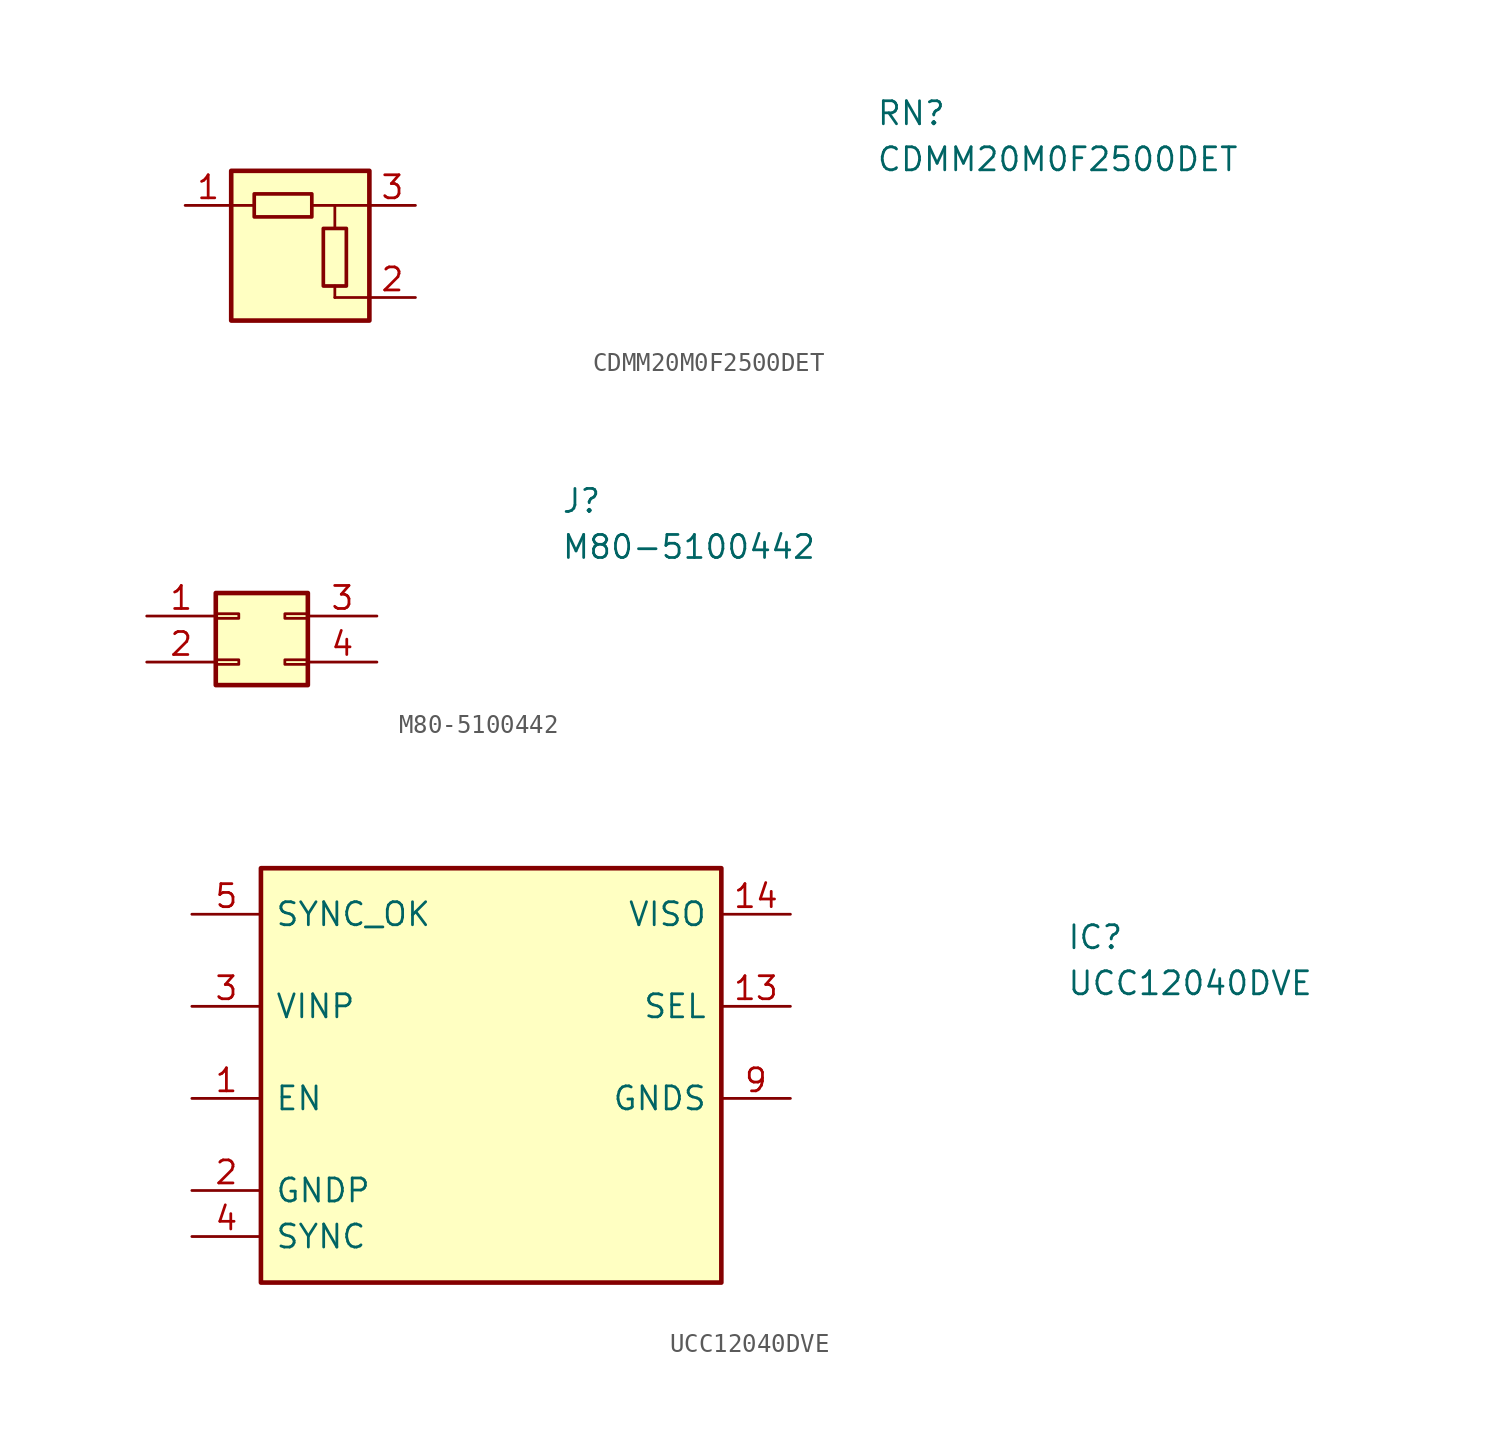
<source format=kicad_sym>
(kicad_symbol_lib
  (version 20220914)
  (generator kicad_symbol_editor)
  (symbol "CDMM20M0F2500DET"
    (pin_names
      (offset 0.762))
    (property "Reference" "RN"
      (at 31.75 7.62 0)
      (effects (font (size 1.27 1.27)) (justify left)))
    (property "Value" "CDMM20M0F2500DET"
      (at 31.75 5.08 0)
      (effects (font (size 1.27 1.27)) (justify left)))
    (symbol "CDMM20M0F2500DET_0_1"
      (rectangle (start -2.54 3.175) (end 0.635 1.905) (stroke (width 0.203) (type default)) (fill (type none)))
      (polyline (pts (xy 1.905 -2.54) (xy 3.81 -2.54)) (stroke (width 0) (type default)) (fill (type none)))
      (polyline (pts (xy 1.905 2.54) (xy 3.81 2.54)) (stroke (width 0) (type default)) (fill (type none)))
      (polyline (pts (xy 0.635 2.54) (xy 1.905 2.54) (xy 1.905 1.27)) (stroke (width 0) (type default)) (fill (type none)))
      (rectangle (start 1.27 1.27) (end 2.54 -1.905) (stroke (width 0.203) (type default)) (fill (type none))))
    (symbol "CDMM20M0F2500DET_1_1"
      (rectangle (start -3.81 4.445) (end 3.81 -3.81) (stroke (width 0.254) (type default)) (fill (type background)))
      (polyline (pts (xy -2.54 2.54) (xy -3.81 2.54)) (stroke (width 0) (type default)) (fill (type none)))
      (polyline (pts (xy 1.905 -1.905) (xy 1.905 -2.54)) (stroke (width 0) (type default)) (fill (type none)))
      (pin power_in line (at -6.35 2.54 0) (length 2.54) (name "~" (effects (font (size 1.27 1.27)))) (number "1" (effects (font (size 1.27 1.27)))))
      (pin power_out line (at 6.35 -2.54 180) (length 2.54) (name "~" (effects (font (size 1.27 1.27)))) (number "2" (effects (font (size 1.27 1.27)))))
      (pin output line (at 6.35 2.54 180) (length 2.54) (name "~" (effects (font (size 1.27 1.27)))) (number "3" (effects (font (size 1.27 1.27)))))))
  (symbol "M80-5100442"
    (pin_names
      (offset 0.762) hide)
    (property "Reference" "J"
      (at 16.51 7.62 0)
      (effects (font (size 1.27 1.27)) (justify left)))
    (property "Value" "M80-5100442"
      (at 16.51 5.08 0)
      (effects (font (size 1.27 1.27)) (justify left)))
    (symbol "M80-5100442_1_1"
      (rectangle (start -2.54 -1.143) (end -1.27 -1.397) (stroke (width 0.152) (type default)) (fill (type none)))
      (rectangle (start -2.54 1.397) (end -1.27 1.143) (stroke (width 0.152) (type default)) (fill (type none)))
      (rectangle (start -2.54 2.54) (end 2.54 -2.54) (stroke (width 0.254) (type default)) (fill (type background)))
      (rectangle (start 2.54 -1.143) (end 1.27 -1.397) (stroke (width 0.152) (type default)) (fill (type none)))
      (rectangle (start 2.54 1.397) (end 1.27 1.143) (stroke (width 0.152) (type default)) (fill (type none)))
      (pin passive line (at -6.35 1.27 0) (length 3.81) (name "Pin_1" (effects (font (size 1.27 1.27)))) (number "1" (effects (font (size 1.27 1.27)))))
      (pin passive line (at -6.35 -1.27 0) (length 3.81) (name "Pin_2" (effects (font (size 1.27 1.27)))) (number "2" (effects (font (size 1.27 1.27)))))
      (pin passive line (at 6.35 1.27 180) (length 3.81) (name "Pin_4" (effects (font (size 1.27 1.27)))) (number "3" (effects (font (size 1.27 1.27)))))
      (pin passive line (at 6.35 -1.27 180) (length 3.81) (name "Pin_3" (effects (font (size 1.27 1.27)))) (number "4" (effects (font (size 1.27 1.27)))))))
  (symbol "UCC12040DVE"
    (pin_names
      (offset 0.762))
    (property "Reference" "IC"
      (at 31.75 7.62 0)
      (effects (font (size 1.27 1.27)) (justify left)))
    (property "Value" "UCC12040DVE"
      (at 31.75 5.08 0)
      (effects (font (size 1.27 1.27)) (justify left)))
    (symbol "UCC12040DVE_0_0"
      (pin passive line (at -16.51 -1.27 0) (length 3.81) (name "EN" (effects (font (size 1.27 1.27)))) (number "1" (effects (font (size 1.27 1.27)))))
      (pin passive line (at 16.51 3.81 180) (length 3.81) (name "SEL" (effects (font (size 1.27 1.27)))) (number "13" (effects (font (size 1.27 1.27)))))
      (pin passive line (at 16.51 8.89 180) (length 3.81) (name "VISO" (effects (font (size 1.27 1.27)))) (number "14" (effects (font (size 1.27 1.27)))))
      (pin passive line (at -16.51 -6.35 0) (length 3.81) (name "GNDP" (effects (font (size 1.27 1.27)))) (number "2" (effects (font (size 1.27 1.27)))))
      (pin passive line (at -16.51 3.81 0) (length 3.81) (name "VINP" (effects (font (size 1.27 1.27)))) (number "3" (effects (font (size 1.27 1.27)))))
      (pin passive line (at -16.51 -8.89 0) (length 3.81) (name "SYNC" (effects (font (size 1.27 1.27)))) (number "4" (effects (font (size 1.27 1.27))))))
    (symbol "UCC12040DVE_1_0"
      (pin passive line (at 16.51 -1.27 180) (length 3.81) hide (name "NCS" (effects (font (size 1.27 1.27)))) (number "10" (effects (font (size 1.27 1.27)))))
      (pin passive line (at 16.51 -1.27 180) (length 3.81) hide (name "NCS" (effects (font (size 1.27 1.27)))) (number "11" (effects (font (size 1.27 1.27)))))
      (pin passive line (at 16.51 -1.27 180) (length 3.81) hide (name "NCS" (effects (font (size 1.27 1.27)))) (number "12" (effects (font (size 1.27 1.27)))))
      (pin passive line (at 16.51 -1.27 180) (length 3.81) hide (name "GNDS" (effects (font (size 1.27 1.27)))) (number "15" (effects (font (size 1.27 1.27)))))
      (pin passive line (at 16.51 -1.27 180) (length 3.81) hide (name "GNDS" (effects (font (size 1.27 1.27)))) (number "16" (effects (font (size 1.27 1.27)))))
      (pin passive line (at -16.51 8.89 0) (length 3.81) (name "SYNC_OK" (effects (font (size 1.27 1.27)))) (number "5" (effects (font (size 1.27 1.27)))))
      (pin passive line (at -16.51 -6.35 0) (length 3.81) hide (name "NC" (effects (font (size 1.27 1.27)))) (number "6" (effects (font (size 1.27 1.27)))))
      (pin passive line (at -16.51 -6.35 0) (length 3.81) hide (name "NC" (effects (font (size 1.27 1.27)))) (number "7" (effects (font (size 1.27 1.27)))))
      (pin passive line (at -16.51 -6.35 0) (length 3.81) hide (name "NC" (effects (font (size 1.27 1.27)))) (number "8" (effects (font (size 1.27 1.27)))))
      (pin passive line (at 16.51 -1.27 180) (length 3.81) (name "GNDS" (effects (font (size 1.27 1.27)))) (number "9" (effects (font (size 1.27 1.27))))))
    (symbol "UCC12040DVE_1_1"
      (polyline (pts (xy -12.7 11.43) (xy 12.7 11.43) (xy 12.7 -11.43) (xy -12.7 -11.43) (xy -12.7 11.43)) (stroke (width 0.254) (type solid)) (fill (type background))))))
</source>
